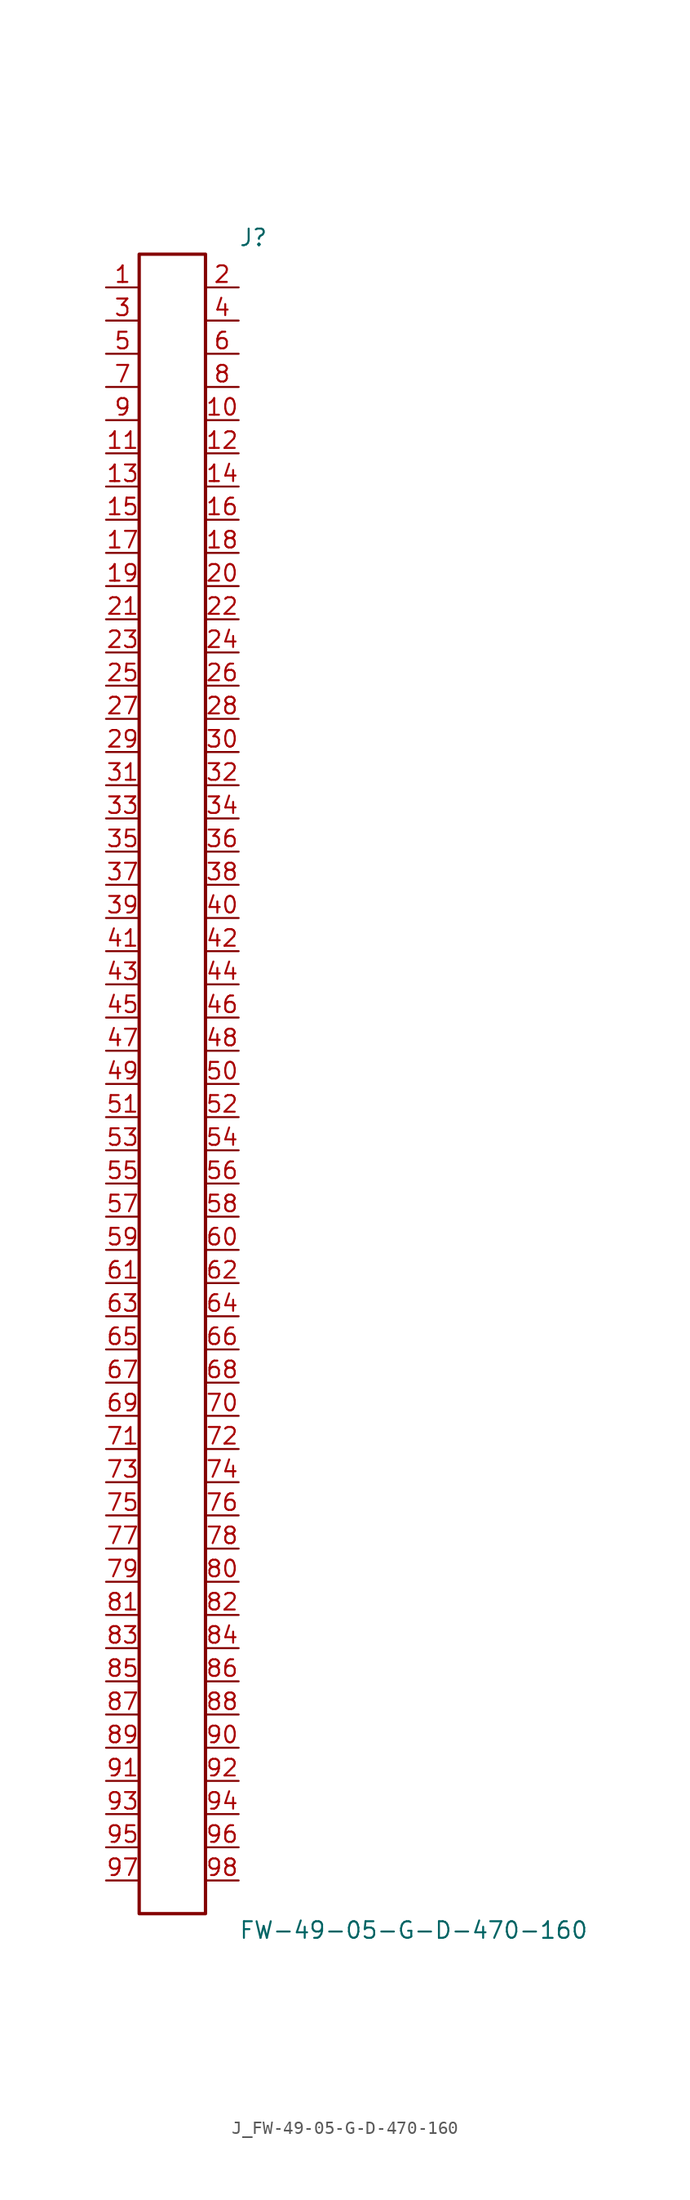
<source format=kicad_sym>
(kicad_symbol_lib
  (version 20231120)
  (generator kicad_symbol_editor)
  (generator_version 8.0)
  (symbol "J_FW-49-05-G-D-470-160"
    (pin_names
      (offset 0.254))
    (property "Reference" "J"
      (at 5.08 64.77 0)
      (effects (font (size 1.27 1.27)) (justify left)))
    (property "Value" "FW-49-05-G-D-470-160"
      (at 5.08 -64.77 0)
      (effects (font (size 1.27 1.27)) (justify left)))
    (symbol "J_FW-49-05-G-D-470-160_0_0"
      (pin unspecified line (at -5.08 60.96 0) (length 2.54) (name "" (effects (font (size 1.27 1.27)))) (number "1" (effects (font (size 1.27 1.27)))))
      (pin unspecified line (at 5.08 60.96 180) (length 2.54) (name "" (effects (font (size 1.27 1.27)))) (number "2" (effects (font (size 1.27 1.27)))))
      (pin unspecified line (at -5.08 58.42 0) (length 2.54) (name "" (effects (font (size 1.27 1.27)))) (number "3" (effects (font (size 1.27 1.27)))))
      (pin unspecified line (at 5.08 58.42 180) (length 2.54) (name "" (effects (font (size 1.27 1.27)))) (number "4" (effects (font (size 1.27 1.27)))))
      (pin unspecified line (at -5.08 55.88 0) (length 2.54) (name "" (effects (font (size 1.27 1.27)))) (number "5" (effects (font (size 1.27 1.27)))))
      (pin unspecified line (at 5.08 55.88 180) (length 2.54) (name "" (effects (font (size 1.27 1.27)))) (number "6" (effects (font (size 1.27 1.27)))))
      (pin unspecified line (at -5.08 53.34 0) (length 2.54) (name "" (effects (font (size 1.27 1.27)))) (number "7" (effects (font (size 1.27 1.27)))))
      (pin unspecified line (at 5.08 53.34 180) (length 2.54) (name "" (effects (font (size 1.27 1.27)))) (number "8" (effects (font (size 1.27 1.27)))))
      (pin unspecified line (at -5.08 50.8 0) (length 2.54) (name "" (effects (font (size 1.27 1.27)))) (number "9" (effects (font (size 1.27 1.27)))))
      (pin unspecified line (at 5.08 50.8 180) (length 2.54) (name "" (effects (font (size 1.27 1.27)))) (number "10" (effects (font (size 1.27 1.27)))))
      (pin unspecified line (at -5.08 48.26 0) (length 2.54) (name "" (effects (font (size 1.27 1.27)))) (number "11" (effects (font (size 1.27 1.27)))))
      (pin unspecified line (at 5.08 48.26 180) (length 2.54) (name "" (effects (font (size 1.27 1.27)))) (number "12" (effects (font (size 1.27 1.27)))))
      (pin unspecified line (at -5.08 45.72 0) (length 2.54) (name "" (effects (font (size 1.27 1.27)))) (number "13" (effects (font (size 1.27 1.27)))))
      (pin unspecified line (at 5.08 45.72 180) (length 2.54) (name "" (effects (font (size 1.27 1.27)))) (number "14" (effects (font (size 1.27 1.27)))))
      (pin unspecified line (at -5.08 43.18 0) (length 2.54) (name "" (effects (font (size 1.27 1.27)))) (number "15" (effects (font (size 1.27 1.27)))))
      (pin unspecified line (at 5.08 43.18 180) (length 2.54) (name "" (effects (font (size 1.27 1.27)))) (number "16" (effects (font (size 1.27 1.27)))))
      (pin unspecified line (at -5.08 40.64 0) (length 2.54) (name "" (effects (font (size 1.27 1.27)))) (number "17" (effects (font (size 1.27 1.27)))))
      (pin unspecified line (at 5.08 40.64 180) (length 2.54) (name "" (effects (font (size 1.27 1.27)))) (number "18" (effects (font (size 1.27 1.27)))))
      (pin unspecified line (at -5.08 38.1 0) (length 2.54) (name "" (effects (font (size 1.27 1.27)))) (number "19" (effects (font (size 1.27 1.27)))))
      (pin unspecified line (at 5.08 38.1 180) (length 2.54) (name "" (effects (font (size 1.27 1.27)))) (number "20" (effects (font (size 1.27 1.27)))))
      (pin unspecified line (at -5.08 35.56 0) (length 2.54) (name "" (effects (font (size 1.27 1.27)))) (number "21" (effects (font (size 1.27 1.27)))))
      (pin unspecified line (at 5.08 35.56 180) (length 2.54) (name "" (effects (font (size 1.27 1.27)))) (number "22" (effects (font (size 1.27 1.27)))))
      (pin unspecified line (at -5.08 33.02 0) (length 2.54) (name "" (effects (font (size 1.27 1.27)))) (number "23" (effects (font (size 1.27 1.27)))))
      (pin unspecified line (at 5.08 33.02 180) (length 2.54) (name "" (effects (font (size 1.27 1.27)))) (number "24" (effects (font (size 1.27 1.27)))))
      (pin unspecified line (at -5.08 30.48 0) (length 2.54) (name "" (effects (font (size 1.27 1.27)))) (number "25" (effects (font (size 1.27 1.27)))))
      (pin unspecified line (at 5.08 30.48 180) (length 2.54) (name "" (effects (font (size 1.27 1.27)))) (number "26" (effects (font (size 1.27 1.27)))))
      (pin unspecified line (at -5.08 27.94 0) (length 2.54) (name "" (effects (font (size 1.27 1.27)))) (number "27" (effects (font (size 1.27 1.27)))))
      (pin unspecified line (at 5.08 27.94 180) (length 2.54) (name "" (effects (font (size 1.27 1.27)))) (number "28" (effects (font (size 1.27 1.27)))))
      (pin unspecified line (at -5.08 25.4 0) (length 2.54) (name "" (effects (font (size 1.27 1.27)))) (number "29" (effects (font (size 1.27 1.27)))))
      (pin unspecified line (at 5.08 25.4 180) (length 2.54) (name "" (effects (font (size 1.27 1.27)))) (number "30" (effects (font (size 1.27 1.27)))))
      (pin unspecified line (at -5.08 22.86 0) (length 2.54) (name "" (effects (font (size 1.27 1.27)))) (number "31" (effects (font (size 1.27 1.27)))))
      (pin unspecified line (at 5.08 22.86 180) (length 2.54) (name "" (effects (font (size 1.27 1.27)))) (number "32" (effects (font (size 1.27 1.27)))))
      (pin unspecified line (at -5.08 20.32 0) (length 2.54) (name "" (effects (font (size 1.27 1.27)))) (number "33" (effects (font (size 1.27 1.27)))))
      (pin unspecified line (at 5.08 20.32 180) (length 2.54) (name "" (effects (font (size 1.27 1.27)))) (number "34" (effects (font (size 1.27 1.27)))))
      (pin unspecified line (at -5.08 17.78 0) (length 2.54) (name "" (effects (font (size 1.27 1.27)))) (number "35" (effects (font (size 1.27 1.27)))))
      (pin unspecified line (at 5.08 17.78 180) (length 2.54) (name "" (effects (font (size 1.27 1.27)))) (number "36" (effects (font (size 1.27 1.27)))))
      (pin unspecified line (at -5.08 15.24 0) (length 2.54) (name "" (effects (font (size 1.27 1.27)))) (number "37" (effects (font (size 1.27 1.27)))))
      (pin unspecified line (at 5.08 15.24 180) (length 2.54) (name "" (effects (font (size 1.27 1.27)))) (number "38" (effects (font (size 1.27 1.27)))))
      (pin unspecified line (at -5.08 12.7 0) (length 2.54) (name "" (effects (font (size 1.27 1.27)))) (number "39" (effects (font (size 1.27 1.27)))))
      (pin unspecified line (at 5.08 12.7 180) (length 2.54) (name "" (effects (font (size 1.27 1.27)))) (number "40" (effects (font (size 1.27 1.27)))))
      (pin unspecified line (at -5.08 10.16 0) (length 2.54) (name "" (effects (font (size 1.27 1.27)))) (number "41" (effects (font (size 1.27 1.27)))))
      (pin unspecified line (at 5.08 10.16 180) (length 2.54) (name "" (effects (font (size 1.27 1.27)))) (number "42" (effects (font (size 1.27 1.27)))))
      (pin unspecified line (at -5.08 7.62 0) (length 2.54) (name "" (effects (font (size 1.27 1.27)))) (number "43" (effects (font (size 1.27 1.27)))))
      (pin unspecified line (at 5.08 7.62 180) (length 2.54) (name "" (effects (font (size 1.27 1.27)))) (number "44" (effects (font (size 1.27 1.27)))))
      (pin unspecified line (at -5.08 5.08 0) (length 2.54) (name "" (effects (font (size 1.27 1.27)))) (number "45" (effects (font (size 1.27 1.27)))))
      (pin unspecified line (at 5.08 5.08 180) (length 2.54) (name "" (effects (font (size 1.27 1.27)))) (number "46" (effects (font (size 1.27 1.27)))))
      (pin unspecified line (at -5.08 2.54 0) (length 2.54) (name "" (effects (font (size 1.27 1.27)))) (number "47" (effects (font (size 1.27 1.27)))))
      (pin unspecified line (at 5.08 2.54 180) (length 2.54) (name "" (effects (font (size 1.27 1.27)))) (number "48" (effects (font (size 1.27 1.27)))))
      (pin unspecified line (at -5.08 0.0 0) (length 2.54) (name "" (effects (font (size 1.27 1.27)))) (number "49" (effects (font (size 1.27 1.27)))))
      (pin unspecified line (at 5.08 0.0 180) (length 2.54) (name "" (effects (font (size 1.27 1.27)))) (number "50" (effects (font (size 1.27 1.27)))))
      (pin unspecified line (at -5.08 -2.54 0) (length 2.54) (name "" (effects (font (size 1.27 1.27)))) (number "51" (effects (font (size 1.27 1.27)))))
      (pin unspecified line (at 5.08 -2.54 180) (length 2.54) (name "" (effects (font (size 1.27 1.27)))) (number "52" (effects (font (size 1.27 1.27)))))
      (pin unspecified line (at -5.08 -5.08 0) (length 2.54) (name "" (effects (font (size 1.27 1.27)))) (number "53" (effects (font (size 1.27 1.27)))))
      (pin unspecified line (at 5.08 -5.08 180) (length 2.54) (name "" (effects (font (size 1.27 1.27)))) (number "54" (effects (font (size 1.27 1.27)))))
      (pin unspecified line (at -5.08 -7.62 0) (length 2.54) (name "" (effects (font (size 1.27 1.27)))) (number "55" (effects (font (size 1.27 1.27)))))
      (pin unspecified line (at 5.08 -7.62 180) (length 2.54) (name "" (effects (font (size 1.27 1.27)))) (number "56" (effects (font (size 1.27 1.27)))))
      (pin unspecified line (at -5.08 -10.16 0) (length 2.54) (name "" (effects (font (size 1.27 1.27)))) (number "57" (effects (font (size 1.27 1.27)))))
      (pin unspecified line (at 5.08 -10.16 180) (length 2.54) (name "" (effects (font (size 1.27 1.27)))) (number "58" (effects (font (size 1.27 1.27)))))
      (pin unspecified line (at -5.08 -12.7 0) (length 2.54) (name "" (effects (font (size 1.27 1.27)))) (number "59" (effects (font (size 1.27 1.27)))))
      (pin unspecified line (at 5.08 -12.7 180) (length 2.54) (name "" (effects (font (size 1.27 1.27)))) (number "60" (effects (font (size 1.27 1.27)))))
      (pin unspecified line (at -5.08 -15.24 0) (length 2.54) (name "" (effects (font (size 1.27 1.27)))) (number "61" (effects (font (size 1.27 1.27)))))
      (pin unspecified line (at 5.08 -15.24 180) (length 2.54) (name "" (effects (font (size 1.27 1.27)))) (number "62" (effects (font (size 1.27 1.27)))))
      (pin unspecified line (at -5.08 -17.78 0) (length 2.54) (name "" (effects (font (size 1.27 1.27)))) (number "63" (effects (font (size 1.27 1.27)))))
      (pin unspecified line (at 5.08 -17.78 180) (length 2.54) (name "" (effects (font (size 1.27 1.27)))) (number "64" (effects (font (size 1.27 1.27)))))
      (pin unspecified line (at -5.08 -20.32 0) (length 2.54) (name "" (effects (font (size 1.27 1.27)))) (number "65" (effects (font (size 1.27 1.27)))))
      (pin unspecified line (at 5.08 -20.32 180) (length 2.54) (name "" (effects (font (size 1.27 1.27)))) (number "66" (effects (font (size 1.27 1.27)))))
      (pin unspecified line (at -5.08 -22.86 0) (length 2.54) (name "" (effects (font (size 1.27 1.27)))) (number "67" (effects (font (size 1.27 1.27)))))
      (pin unspecified line (at 5.08 -22.86 180) (length 2.54) (name "" (effects (font (size 1.27 1.27)))) (number "68" (effects (font (size 1.27 1.27)))))
      (pin unspecified line (at -5.08 -25.4 0) (length 2.54) (name "" (effects (font (size 1.27 1.27)))) (number "69" (effects (font (size 1.27 1.27)))))
      (pin unspecified line (at 5.08 -25.4 180) (length 2.54) (name "" (effects (font (size 1.27 1.27)))) (number "70" (effects (font (size 1.27 1.27)))))
      (pin unspecified line (at -5.08 -27.94 0) (length 2.54) (name "" (effects (font (size 1.27 1.27)))) (number "71" (effects (font (size 1.27 1.27)))))
      (pin unspecified line (at 5.08 -27.94 180) (length 2.54) (name "" (effects (font (size 1.27 1.27)))) (number "72" (effects (font (size 1.27 1.27)))))
      (pin unspecified line (at -5.08 -30.48 0) (length 2.54) (name "" (effects (font (size 1.27 1.27)))) (number "73" (effects (font (size 1.27 1.27)))))
      (pin unspecified line (at 5.08 -30.48 180) (length 2.54) (name "" (effects (font (size 1.27 1.27)))) (number "74" (effects (font (size 1.27 1.27)))))
      (pin unspecified line (at -5.08 -33.02 0) (length 2.54) (name "" (effects (font (size 1.27 1.27)))) (number "75" (effects (font (size 1.27 1.27)))))
      (pin unspecified line (at 5.08 -33.02 180) (length 2.54) (name "" (effects (font (size 1.27 1.27)))) (number "76" (effects (font (size 1.27 1.27)))))
      (pin unspecified line (at -5.08 -35.56 0) (length 2.54) (name "" (effects (font (size 1.27 1.27)))) (number "77" (effects (font (size 1.27 1.27)))))
      (pin unspecified line (at 5.08 -35.56 180) (length 2.54) (name "" (effects (font (size 1.27 1.27)))) (number "78" (effects (font (size 1.27 1.27)))))
      (pin unspecified line (at -5.08 -38.1 0) (length 2.54) (name "" (effects (font (size 1.27 1.27)))) (number "79" (effects (font (size 1.27 1.27)))))
      (pin unspecified line (at 5.08 -38.1 180) (length 2.54) (name "" (effects (font (size 1.27 1.27)))) (number "80" (effects (font (size 1.27 1.27)))))
      (pin unspecified line (at -5.08 -40.64 0) (length 2.54) (name "" (effects (font (size 1.27 1.27)))) (number "81" (effects (font (size 1.27 1.27)))))
      (pin unspecified line (at 5.08 -40.64 180) (length 2.54) (name "" (effects (font (size 1.27 1.27)))) (number "82" (effects (font (size 1.27 1.27)))))
      (pin unspecified line (at -5.08 -43.18 0) (length 2.54) (name "" (effects (font (size 1.27 1.27)))) (number "83" (effects (font (size 1.27 1.27)))))
      (pin unspecified line (at 5.08 -43.18 180) (length 2.54) (name "" (effects (font (size 1.27 1.27)))) (number "84" (effects (font (size 1.27 1.27)))))
      (pin unspecified line (at -5.08 -45.72 0) (length 2.54) (name "" (effects (font (size 1.27 1.27)))) (number "85" (effects (font (size 1.27 1.27)))))
      (pin unspecified line (at 5.08 -45.72 180) (length 2.54) (name "" (effects (font (size 1.27 1.27)))) (number "86" (effects (font (size 1.27 1.27)))))
      (pin unspecified line (at -5.08 -48.26 0) (length 2.54) (name "" (effects (font (size 1.27 1.27)))) (number "87" (effects (font (size 1.27 1.27)))))
      (pin unspecified line (at 5.08 -48.26 180) (length 2.54) (name "" (effects (font (size 1.27 1.27)))) (number "88" (effects (font (size 1.27 1.27)))))
      (pin unspecified line (at -5.08 -50.8 0) (length 2.54) (name "" (effects (font (size 1.27 1.27)))) (number "89" (effects (font (size 1.27 1.27)))))
      (pin unspecified line (at 5.08 -50.8 180) (length 2.54) (name "" (effects (font (size 1.27 1.27)))) (number "90" (effects (font (size 1.27 1.27)))))
      (pin unspecified line (at -5.08 -53.34 0) (length 2.54) (name "" (effects (font (size 1.27 1.27)))) (number "91" (effects (font (size 1.27 1.27)))))
      (pin unspecified line (at 5.08 -53.34 180) (length 2.54) (name "" (effects (font (size 1.27 1.27)))) (number "92" (effects (font (size 1.27 1.27)))))
      (pin unspecified line (at -5.08 -55.88 0) (length 2.54) (name "" (effects (font (size 1.27 1.27)))) (number "93" (effects (font (size 1.27 1.27)))))
      (pin unspecified line (at 5.08 -55.88 180) (length 2.54) (name "" (effects (font (size 1.27 1.27)))) (number "94" (effects (font (size 1.27 1.27)))))
      (pin unspecified line (at -5.08 -58.42 0) (length 2.54) (name "" (effects (font (size 1.27 1.27)))) (number "95" (effects (font (size 1.27 1.27)))))
      (pin unspecified line (at 5.08 -58.42 180) (length 2.54) (name "" (effects (font (size 1.27 1.27)))) (number "96" (effects (font (size 1.27 1.27)))))
      (pin unspecified line (at -5.08 -60.96 0) (length 2.54) (name "" (effects (font (size 1.27 1.27)))) (number "97" (effects (font (size 1.27 1.27)))))
      (pin unspecified line (at 5.08 -60.96 180) (length 2.54) (name "" (effects (font (size 1.27 1.27)))) (number "98" (effects (font (size 1.27 1.27))))))
    (symbol "J_FW-49-05-G-D-470-160_1_0"
      (rectangle (start -2.54 63.5) (end 2.54 -63.5) (stroke (width 0.254) (type solid)) (fill (type none))))))
</source>
